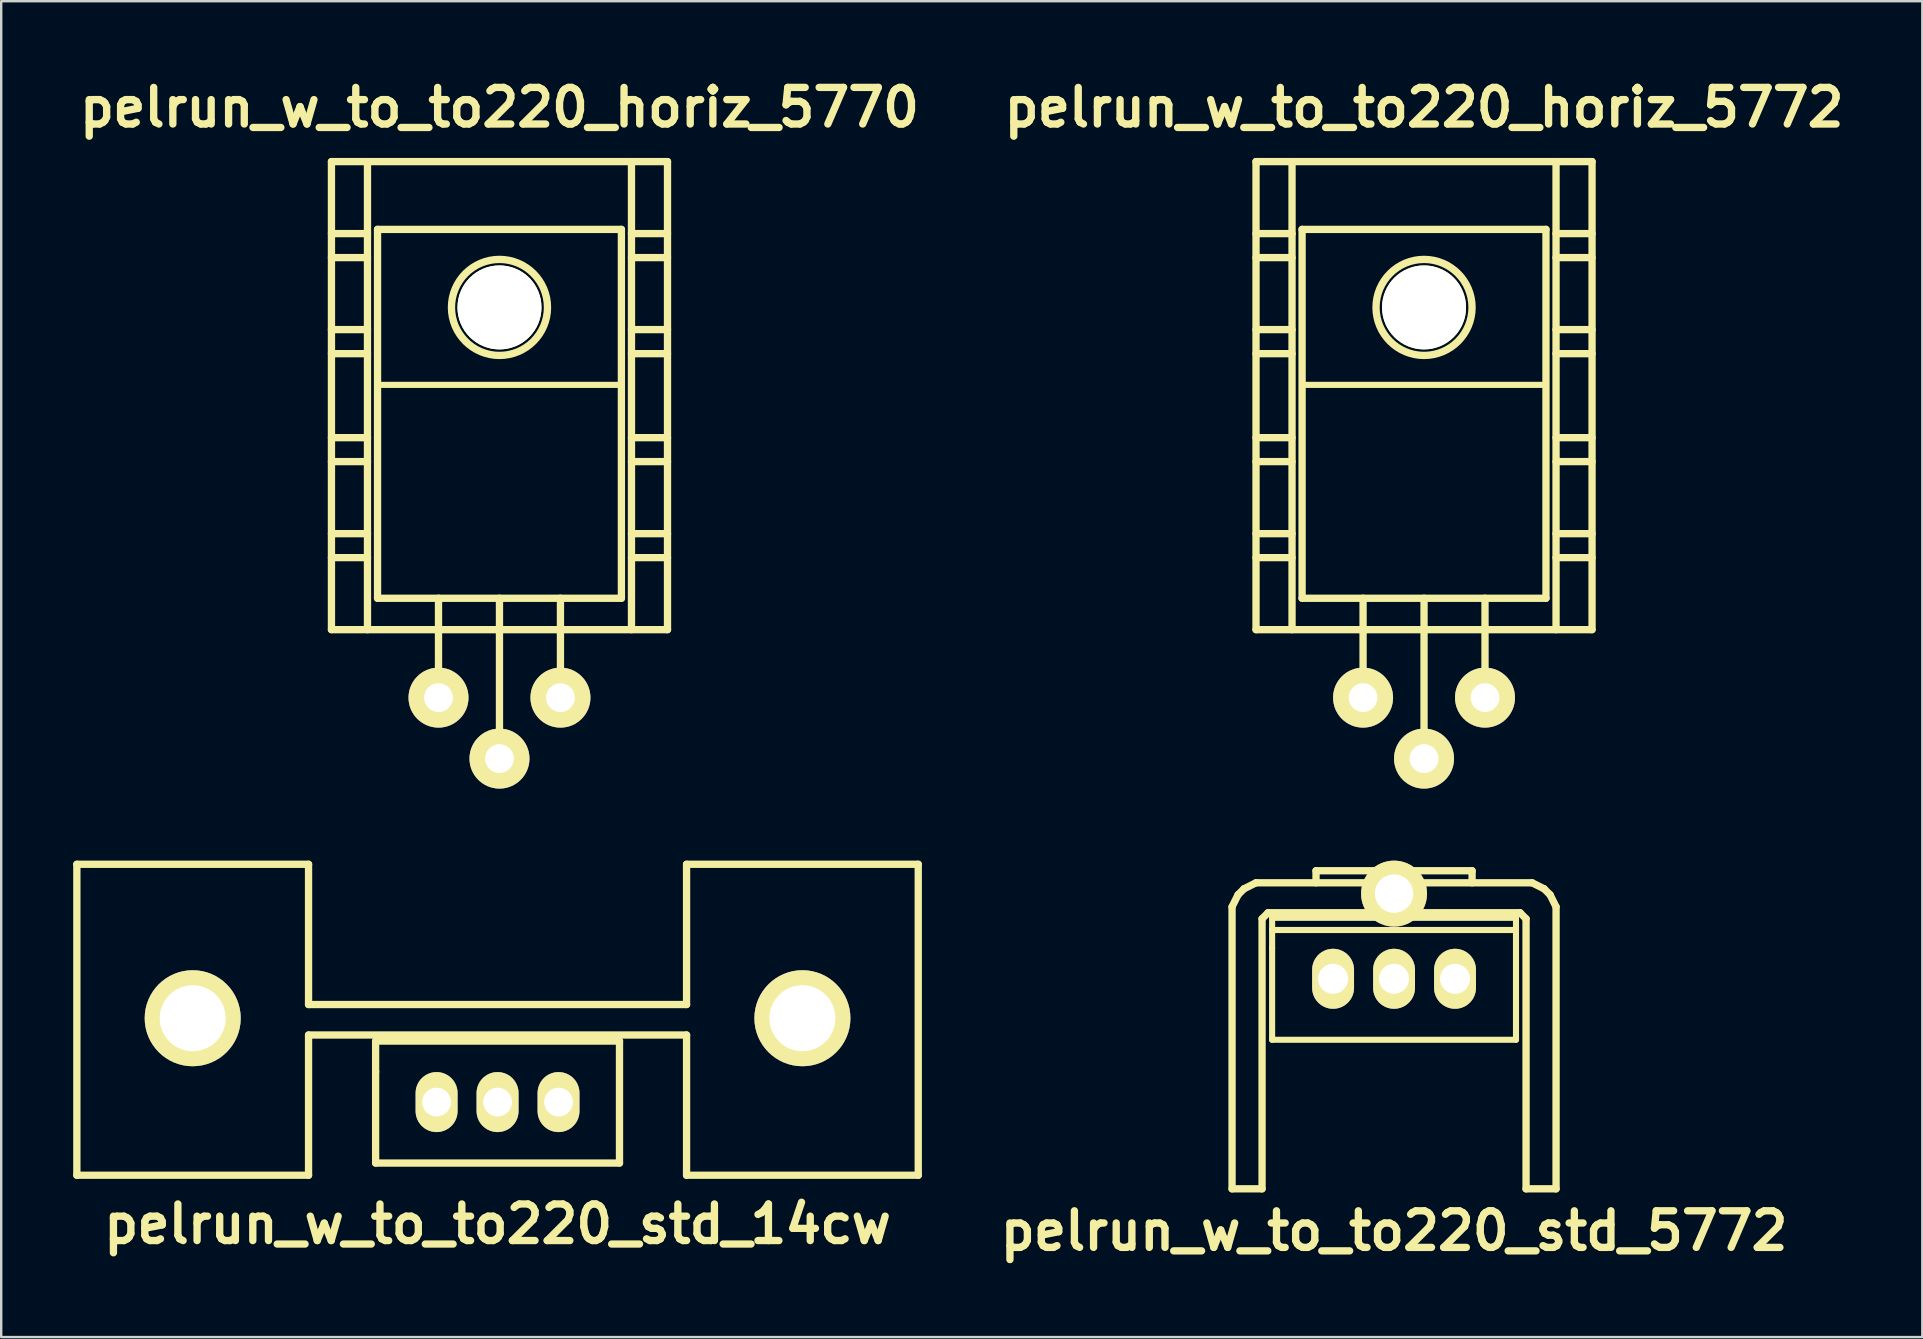
<source format=kicad_pcb>
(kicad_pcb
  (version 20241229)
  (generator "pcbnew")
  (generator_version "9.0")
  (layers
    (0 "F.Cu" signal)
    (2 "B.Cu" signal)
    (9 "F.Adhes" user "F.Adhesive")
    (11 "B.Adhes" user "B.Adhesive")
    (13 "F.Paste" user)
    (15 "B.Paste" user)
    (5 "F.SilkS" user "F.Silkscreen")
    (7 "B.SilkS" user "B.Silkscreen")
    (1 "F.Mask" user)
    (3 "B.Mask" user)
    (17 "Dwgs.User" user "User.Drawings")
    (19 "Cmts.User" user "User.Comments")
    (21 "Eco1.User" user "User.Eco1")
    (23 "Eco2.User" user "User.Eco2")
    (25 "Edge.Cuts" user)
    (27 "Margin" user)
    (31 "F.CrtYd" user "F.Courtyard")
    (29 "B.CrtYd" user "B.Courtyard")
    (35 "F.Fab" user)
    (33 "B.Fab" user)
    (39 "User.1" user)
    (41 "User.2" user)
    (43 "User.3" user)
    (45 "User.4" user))
  (footprint "pelrun_w_to_to220_horiz_5772"
    (layer "F.Cu")
    (at 56.275 17.682)
    (property "Reference" "pelrun_w_to_to220_horiz_5772" (at 0 -16.256 0) (layer "F.SilkS") (effects (font (size 1.524 1.524) (thickness 0.305))))
    (attr through_hole)
    (fp_line (start -7 -14) (end -7 5.499) (stroke (width 0.305) (type solid)) (layer "F.SilkS"))
    (fp_line (start -7 -11.001) (end -5.499 -11.001) (stroke (width 0.305) (type solid)) (layer "F.SilkS"))
    (fp_line (start -7 -10) (end -5.499 -10) (stroke (width 0.305) (type solid)) (layer "F.SilkS"))
    (fp_line (start -7 -7) (end -5.499 -7) (stroke (width 0.305) (type solid)) (layer "F.SilkS"))
    (fp_line (start -7 -5.999) (end -5.499 -5.999) (stroke (width 0.305) (type solid)) (layer "F.SilkS"))
    (fp_line (start -7 -2.499) (end -5.499 -2.499) (stroke (width 0.305) (type solid)) (layer "F.SilkS"))
    (fp_line (start -7 -1.501) (end -5.499 -1.501) (stroke (width 0.305) (type solid)) (layer "F.SilkS"))
    (fp_line (start -7 1.501) (end -5.499 1.501) (stroke (width 0.305) (type solid)) (layer "F.SilkS"))
    (fp_line (start -7 2.499) (end -5.499 2.499) (stroke (width 0.305) (type solid)) (layer "F.SilkS"))
    (fp_line (start -7 5.499) (end 7 5.499) (stroke (width 0.305) (type solid)) (layer "F.SilkS"))
    (fp_line (start -5.499 5.499) (end -5.499 -14) (stroke (width 0.305) (type solid)) (layer "F.SilkS"))
    (fp_line (start -5.08 -11.176) (end -5.08 4.191) (stroke (width 0.305) (type solid)) (layer "F.SilkS"))
    (fp_line (start -5.08 4.191) (end 5.08 4.191) (stroke (width 0.305) (type solid)) (layer "F.SilkS"))
    (fp_line (start -2.54 8.382) (end -2.54 4.191) (stroke (width 0.305) (type solid)) (layer "F.SilkS"))
    (fp_line (start 0 4.191) (end 0 10.922) (stroke (width 0.305) (type solid)) (layer "F.SilkS"))
    (fp_line (start 2.54 8.382) (end 2.54 4.191) (stroke (width 0.305) (type solid)) (layer "F.SilkS"))
    (fp_line (start 5.08 -11.176) (end -5.08 -11.176) (stroke (width 0.305) (type solid)) (layer "F.SilkS"))
    (fp_line (start 5.08 -4.699) (end -5.08 -4.699) (stroke (width 0.254) (type solid)) (layer "F.SilkS"))
    (fp_line (start 5.08 4.191) (end 5.08 -11.176) (stroke (width 0.305) (type solid)) (layer "F.SilkS"))
    (fp_line (start 5.499 -14) (end 5.499 5.499) (stroke (width 0.305) (type solid)) (layer "F.SilkS"))
    (fp_line (start 5.499 -11.001) (end 7 -11.001) (stroke (width 0.305) (type solid)) (layer "F.SilkS"))
    (fp_line (start 5.499 -10) (end 7 -10) (stroke (width 0.305) (type solid)) (layer "F.SilkS"))
    (fp_line (start 5.499 -7) (end 7 -7) (stroke (width 0.305) (type solid)) (layer "F.SilkS"))
    (fp_line (start 5.499 -5.999) (end 7 -5.999) (stroke (width 0.305) (type solid)) (layer "F.SilkS"))
    (fp_line (start 5.499 -2.499) (end 7 -2.499) (stroke (width 0.305) (type solid)) (layer "F.SilkS"))
    (fp_line (start 5.499 -1.501) (end 7 -1.501) (stroke (width 0.305) (type solid)) (layer "F.SilkS"))
    (fp_line (start 5.499 1.501) (end 7 1.501) (stroke (width 0.305) (type solid)) (layer "F.SilkS"))
    (fp_line (start 5.499 2.499) (end 7 2.499) (stroke (width 0.305) (type solid)) (layer "F.SilkS"))
    (fp_line (start 7 -14) (end -7 -14) (stroke (width 0.305) (type solid)) (layer "F.SilkS"))
    (fp_line (start 7 5.499) (end 7 -14) (stroke (width 0.305) (type solid)) (layer "F.SilkS"))
    (fp_circle (center 0 -7.925) (end -1.999 -8.001) (stroke (width 0.305) (type solid)) (fill no) (layer "F.SilkS"))
    (pad "" np_thru_hole circle (at 0 -7.925) (size 3.498 3.498) (drill 3.498) (layers "*.Cu" "*.Mask" "F.SilkS"))
    (pad "1" thru_hole circle (at 2.54 8.331) (size 2.499 2.499) (drill 1.199) (layers "*.Cu" "*.Mask" "F.SilkS"))
    (pad "2" thru_hole circle (at 0 10.871) (size 2.499 2.499) (drill 1.199) (layers "*.Cu" "*.Mask" "F.SilkS"))
    (pad "3" thru_hole circle (at -2.54 8.331) (size 2.499 2.499) (drill 1.199) (layers "*.Cu" "*.Mask" "F.SilkS")))
  (footprint "pelrun_w_to_to220_std_5772"
    (layer "F.Cu")
    (at 55.026 37.726)
    (property "Reference" "pelrun_w_to_to220_std_5772" (at 0 10.5 0) (layer "F.SilkS") (effects (font (size 1.524 1.524) (thickness 0.305))))
    (attr through_hole)
    (fp_line (start -6.749 -3) (end -6.749 8.75) (stroke (width 0.305) (type solid)) (layer "F.SilkS"))
    (fp_line (start -6.749 -3) (end -6.5 -3.5) (stroke (width 0.305) (type solid)) (layer "F.SilkS"))
    (fp_line (start -6.5 -3.5) (end -6.251 -3.749) (stroke (width 0.305) (type solid)) (layer "F.SilkS"))
    (fp_line (start -6.251 -3.749) (end -5.751 -4) (stroke (width 0.305) (type solid)) (layer "F.SilkS"))
    (fp_line (start -5.499 -2.499) (end -5.25 -2.751) (stroke (width 0.305) (type solid)) (layer "F.SilkS"))
    (fp_line (start -5.499 8.75) (end -6.749 8.75) (stroke (width 0.305) (type solid)) (layer "F.SilkS"))
    (fp_line (start -5.499 8.75) (end -5.499 -2.499) (stroke (width 0.305) (type solid)) (layer "F.SilkS"))
    (fp_line (start -5.25 -2.751) (end 5.25 -2.751) (stroke (width 0.305) (type solid)) (layer "F.SilkS"))
    (fp_line (start -5.08 -2.54) (end -5.08 -1.27) (stroke (width 0.254) (type solid)) (layer "F.SilkS"))
    (fp_line (start -5.08 -2.032) (end 5.08 -2.032) (stroke (width 0.254) (type solid)) (layer "F.SilkS"))
    (fp_line (start -5.08 -1.27) (end -5.08 2.54) (stroke (width 0.254) (type solid)) (layer "F.SilkS"))
    (fp_line (start -5.08 2.54) (end 5.08 2.54) (stroke (width 0.254) (type solid)) (layer "F.SilkS"))
    (fp_line (start -3.251 -4.501) (end 3.251 -4.501) (stroke (width 0.305) (type solid)) (layer "F.SilkS"))
    (fp_line (start -3.251 -4) (end -3.251 -4.501) (stroke (width 0.305) (type solid)) (layer "F.SilkS"))
    (fp_line (start 3.251 -4.501) (end 3.251 -4) (stroke (width 0.305) (type solid)) (layer "F.SilkS"))
    (fp_line (start 5.08 -2.54) (end -5.08 -2.54) (stroke (width 0.254) (type solid)) (layer "F.SilkS"))
    (fp_line (start 5.08 2.54) (end 5.08 -2.54) (stroke (width 0.254) (type solid)) (layer "F.SilkS"))
    (fp_line (start 5.25 -2.751) (end 5.499 -2.499) (stroke (width 0.305) (type solid)) (layer "F.SilkS"))
    (fp_line (start 5.499 -2.499) (end 5.499 8.75) (stroke (width 0.305) (type solid)) (layer "F.SilkS"))
    (fp_line (start 5.751 -4) (end -5.751 -4) (stroke (width 0.305) (type solid)) (layer "F.SilkS"))
    (fp_line (start 5.751 -4) (end 6.251 -3.749) (stroke (width 0.305) (type solid)) (layer "F.SilkS"))
    (fp_line (start 6.251 -3.749) (end 6.5 -3.5) (stroke (width 0.305) (type solid)) (layer "F.SilkS"))
    (fp_line (start 6.5 -3.5) (end 6.749 -3) (stroke (width 0.305) (type solid)) (layer "F.SilkS"))
    (fp_line (start 6.749 -3) (end 6.749 8.75) (stroke (width 0.305) (type solid)) (layer "F.SilkS"))
    (fp_line (start 6.749 8.75) (end 5.499 8.75) (stroke (width 0.305) (type solid)) (layer "F.SilkS"))
    (pad "" thru_hole circle (at 0 -3.548) (size 2.748 2.748) (drill 1.598) (layers "*.Cu" "*.Mask" "F.SilkS"))
    (pad "1" thru_hole oval (at 2.54 0) (size 1.745 2.499) (drill 1.25) (layers "*.Cu" "*.Mask" "F.SilkS"))
    (pad "2" thru_hole oval (at 0 0) (size 1.745 2.499) (drill 1.25) (layers "*.Cu" "*.Mask" "F.SilkS"))
    (pad "3" thru_hole oval (at -2.54 0) (size 1.745 2.499) (drill 1.25) (layers "*.Cu" "*.Mask" "F.SilkS")))
  (footprint "pelrun_w_to_to220_std_14cw"
    (layer "F.Cu")
    (at 17.678 42.862)
    (property "Reference" "pelrun_w_to_to220_std_14cw" (at 0 5.08 0) (layer "F.SilkS") (effects (font (size 1.524 1.524) (thickness 0.305))))
    (attr through_hole)
    (fp_line (start -17.526 -9.906) (end -17.526 3.048) (stroke (width 0.305) (type solid)) (layer "F.SilkS"))
    (fp_line (start -17.526 3.048) (end -7.874 3.048) (stroke (width 0.305) (type solid)) (layer "F.SilkS"))
    (fp_line (start -7.874 -9.906) (end -17.526 -9.906) (stroke (width 0.305) (type solid)) (layer "F.SilkS"))
    (fp_line (start -7.874 -9.906) (end -7.874 -4.064) (stroke (width 0.305) (type solid)) (layer "F.SilkS"))
    (fp_line (start -7.874 -2.794) (end -7.874 3.048) (stroke (width 0.305) (type solid)) (layer "F.SilkS"))
    (fp_line (start -7.874 -2.794) (end 7.874 -2.794) (stroke (width 0.305) (type solid)) (layer "F.SilkS"))
    (fp_line (start -5.08 -2.54) (end -5.08 -1.27) (stroke (width 0.305) (type solid)) (layer "F.SilkS"))
    (fp_line (start -5.08 -1.27) (end -5.08 2.54) (stroke (width 0.305) (type solid)) (layer "F.SilkS"))
    (fp_line (start -5.08 2.54) (end 5.08 2.54) (stroke (width 0.305) (type solid)) (layer "F.SilkS"))
    (fp_line (start 5.08 -2.54) (end -5.08 -2.54) (stroke (width 0.305) (type solid)) (layer "F.SilkS"))
    (fp_line (start 5.08 2.54) (end 5.08 -2.54) (stroke (width 0.305) (type solid)) (layer "F.SilkS"))
    (fp_line (start 7.874 -9.906) (end 7.874 -4.064) (stroke (width 0.305) (type solid)) (layer "F.SilkS"))
    (fp_line (start 7.874 -4.064) (end -7.874 -4.064) (stroke (width 0.305) (type solid)) (layer "F.SilkS"))
    (fp_line (start 7.874 3.048) (end 7.874 -2.794) (stroke (width 0.305) (type solid)) (layer "F.SilkS"))
    (fp_line (start 7.874 3.048) (end 17.526 3.048) (stroke (width 0.305) (type solid)) (layer "F.SilkS"))
    (fp_line (start 17.526 -9.906) (end 7.874 -9.906) (stroke (width 0.305) (type solid)) (layer "F.SilkS"))
    (fp_line (start 17.526 -9.906) (end 17.526 3.048) (stroke (width 0.305) (type solid)) (layer "F.SilkS"))
    (pad "" thru_hole circle (at -12.7 -3.493) (size 4 4) (drill 2.748) (layers "*.Cu" "*.Mask" "F.SilkS"))
    (pad "" thru_hole circle (at 12.7 -3.493) (size 4 4) (drill 2.748) (layers "*.Cu" "*.Mask" "F.SilkS"))
    (pad "1" thru_hole oval (at 2.54 0) (size 1.745 2.499) (drill 1.199) (layers "*.Cu" "*.Mask" "F.SilkS"))
    (pad "2" thru_hole oval (at 0 0) (size 1.748 2.499) (drill 1.199) (layers "*.Cu" "*.Mask" "F.SilkS"))
    (pad "3" thru_hole oval (at -2.54 0) (size 1.748 2.499) (drill 1.199) (layers "*.Cu" "*.Mask" "F.SilkS")))
  (footprint "pelrun_w_to_to220_horiz_5770"
    (layer "F.Cu")
    (at 17.758 17.682)
    (property "Reference" "pelrun_w_to_to220_horiz_5770" (at 0 -16.256 0) (layer "F.SilkS") (effects (font (size 1.524 1.524) (thickness 0.305))))
    (attr through_hole)
    (fp_line (start -7 -14) (end -7 5.499) (stroke (width 0.305) (type solid)) (layer "F.SilkS"))
    (fp_line (start -7 -11.001) (end -5.499 -11.001) (stroke (width 0.305) (type solid)) (layer "F.SilkS"))
    (fp_line (start -7 -10) (end -5.499 -10) (stroke (width 0.305) (type solid)) (layer "F.SilkS"))
    (fp_line (start -7 -7) (end -5.499 -7) (stroke (width 0.305) (type solid)) (layer "F.SilkS"))
    (fp_line (start -7 -5.999) (end -5.499 -5.999) (stroke (width 0.305) (type solid)) (layer "F.SilkS"))
    (fp_line (start -7 -2.499) (end -5.499 -2.499) (stroke (width 0.305) (type solid)) (layer "F.SilkS"))
    (fp_line (start -7 -1.501) (end -5.499 -1.501) (stroke (width 0.305) (type solid)) (layer "F.SilkS"))
    (fp_line (start -7 1.501) (end -5.499 1.501) (stroke (width 0.305) (type solid)) (layer "F.SilkS"))
    (fp_line (start -7 2.499) (end -5.499 2.499) (stroke (width 0.305) (type solid)) (layer "F.SilkS"))
    (fp_line (start -7 5.499) (end 7 5.499) (stroke (width 0.305) (type solid)) (layer "F.SilkS"))
    (fp_line (start -5.499 5.499) (end -5.499 -14) (stroke (width 0.305) (type solid)) (layer "F.SilkS"))
    (fp_line (start -5.08 -11.176) (end -5.08 4.191) (stroke (width 0.305) (type solid)) (layer "F.SilkS"))
    (fp_line (start -5.08 4.191) (end 5.08 4.191) (stroke (width 0.305) (type solid)) (layer "F.SilkS"))
    (fp_line (start -2.54 8.382) (end -2.54 4.191) (stroke (width 0.305) (type solid)) (layer "F.SilkS"))
    (fp_line (start 0 4.191) (end 0 10.922) (stroke (width 0.305) (type solid)) (layer "F.SilkS"))
    (fp_line (start 2.54 8.382) (end 2.54 4.191) (stroke (width 0.305) (type solid)) (layer "F.SilkS"))
    (fp_line (start 5.08 -11.176) (end -5.08 -11.176) (stroke (width 0.305) (type solid)) (layer "F.SilkS"))
    (fp_line (start 5.08 -4.699) (end -5.08 -4.699) (stroke (width 0.254) (type solid)) (layer "F.SilkS"))
    (fp_line (start 5.08 4.191) (end 5.08 -11.176) (stroke (width 0.305) (type solid)) (layer "F.SilkS"))
    (fp_line (start 5.499 -14) (end 5.499 5.499) (stroke (width 0.305) (type solid)) (layer "F.SilkS"))
    (fp_line (start 5.499 -11.001) (end 7 -11.001) (stroke (width 0.305) (type solid)) (layer "F.SilkS"))
    (fp_line (start 5.499 -10) (end 7 -10) (stroke (width 0.305) (type solid)) (layer "F.SilkS"))
    (fp_line (start 5.499 -7) (end 7 -7) (stroke (width 0.305) (type solid)) (layer "F.SilkS"))
    (fp_line (start 5.499 -5.999) (end 7 -5.999) (stroke (width 0.305) (type solid)) (layer "F.SilkS"))
    (fp_line (start 5.499 -2.499) (end 7 -2.499) (stroke (width 0.305) (type solid)) (layer "F.SilkS"))
    (fp_line (start 5.499 -1.501) (end 7 -1.501) (stroke (width 0.305) (type solid)) (layer "F.SilkS"))
    (fp_line (start 5.499 1.501) (end 7 1.501) (stroke (width 0.305) (type solid)) (layer "F.SilkS"))
    (fp_line (start 5.499 2.499) (end 7 2.499) (stroke (width 0.305) (type solid)) (layer "F.SilkS"))
    (fp_line (start 7 -14) (end -7 -14) (stroke (width 0.305) (type solid)) (layer "F.SilkS"))
    (fp_line (start 7 5.499) (end 7 -14) (stroke (width 0.305) (type solid)) (layer "F.SilkS"))
    (fp_circle (center 0 -7.925) (end -1.999 -8.001) (stroke (width 0.305) (type solid)) (fill no) (layer "F.SilkS"))
    (pad "" np_thru_hole circle (at 0 -7.925) (size 3.498 3.498) (drill 3.498) (layers "*.Cu" "*.Mask" "F.SilkS"))
    (pad "1" thru_hole circle (at 2.54 8.331) (size 2.499 2.499) (drill 1.199) (layers "*.Cu" "*.Mask" "F.SilkS"))
    (pad "2" thru_hole circle (at 0 10.871) (size 2.499 2.499) (drill 1.199) (layers "*.Cu" "*.Mask" "F.SilkS"))
    (pad "3" thru_hole circle (at -2.54 8.331) (size 2.499 2.499) (drill 1.199) (layers "*.Cu" "*.Mask" "F.SilkS")))
  (gr_rect
    (start -3 -3)
    (end 77.033 52.653)
    (stroke (width 0.1) (type default))
    (fill no)
    (layer "Edge.Cuts")))
</source>
